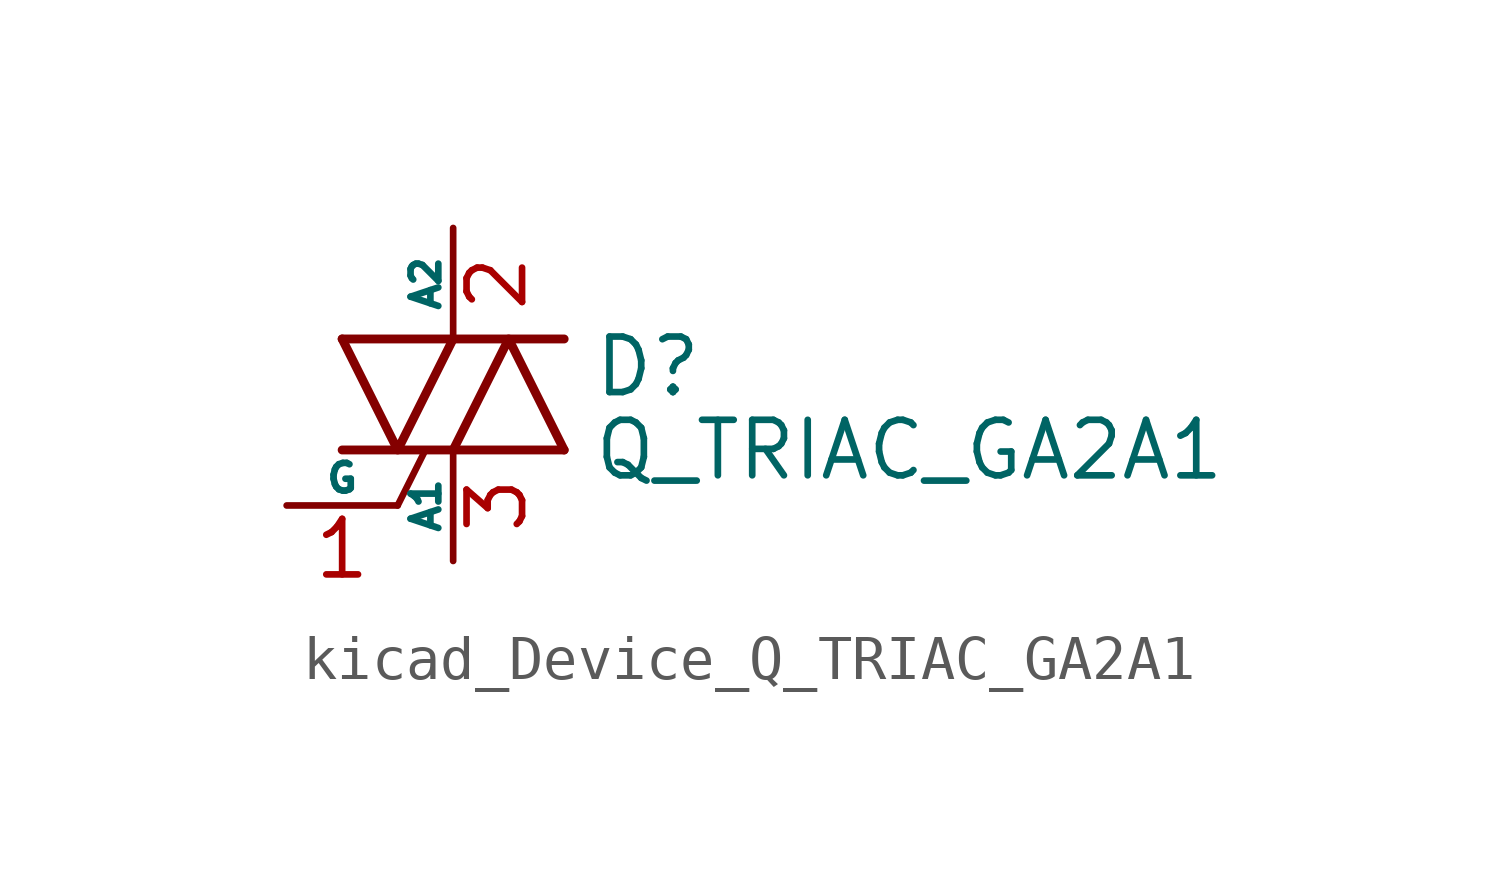
<source format=kicad_sym>
(kicad_symbol_lib
  (version 20220914)
  (generator kicad_symbol_editor)
  (symbol "kicad_Device_Q_TRIAC_GA2A1"
    (pin_names
      (offset 0))
    (property "Reference" "D"
      (at 3.175 0.635 0)
      (effects (font (size 1.27 1.27)) (justify left)))
    (property "Value" "Q_TRIAC_GA2A1"
      (at 3.175 -1.27 0)
      (effects (font (size 1.27 1.27)) (justify left)))
    (symbol "kicad_Device_Q_TRIAC_GA2A1_0_1"
      (polyline (pts (xy -2.54 -1.27) (xy 2.54 -1.27)) (stroke (width 0.203) (type default)) (fill (type none)))
      (polyline (pts (xy -2.54 1.27) (xy 2.54 1.27)) (stroke (width 0.203) (type default)) (fill (type none)))
      (polyline (pts (xy -1.27 -2.54) (xy -0.635 -1.27)) (stroke (width 0) (type default)) (fill (type none)))
      (polyline (pts (xy -2.54 1.27) (xy -1.27 -1.27) (xy 0 1.27)) (stroke (width 0.203) (type default)) (fill (type none)))
      (polyline (pts (xy 0 -1.27) (xy 1.27 1.27) (xy 2.54 -1.27)) (stroke (width 0.203) (type default)) (fill (type none))))
    (symbol "kicad_Device_Q_TRIAC_GA2A1_1_1"
      (pin input line (at -3.81 -2.54 0) (length 2.54) (name "G" (effects (font (size 0.635 0.635)))) (number "1" (effects (font (size 1.27 1.27)))))
      (pin passive line (at 0 3.81 270) (length 2.54) (name "A2" (effects (font (size 0.635 0.635)))) (number "2" (effects (font (size 1.27 1.27)))))
      (pin passive line (at 0 -3.81 90) (length 2.54) (name "A1" (effects (font (size 0.635 0.635)))) (number "3" (effects (font (size 1.27 1.27))))))))
</source>
